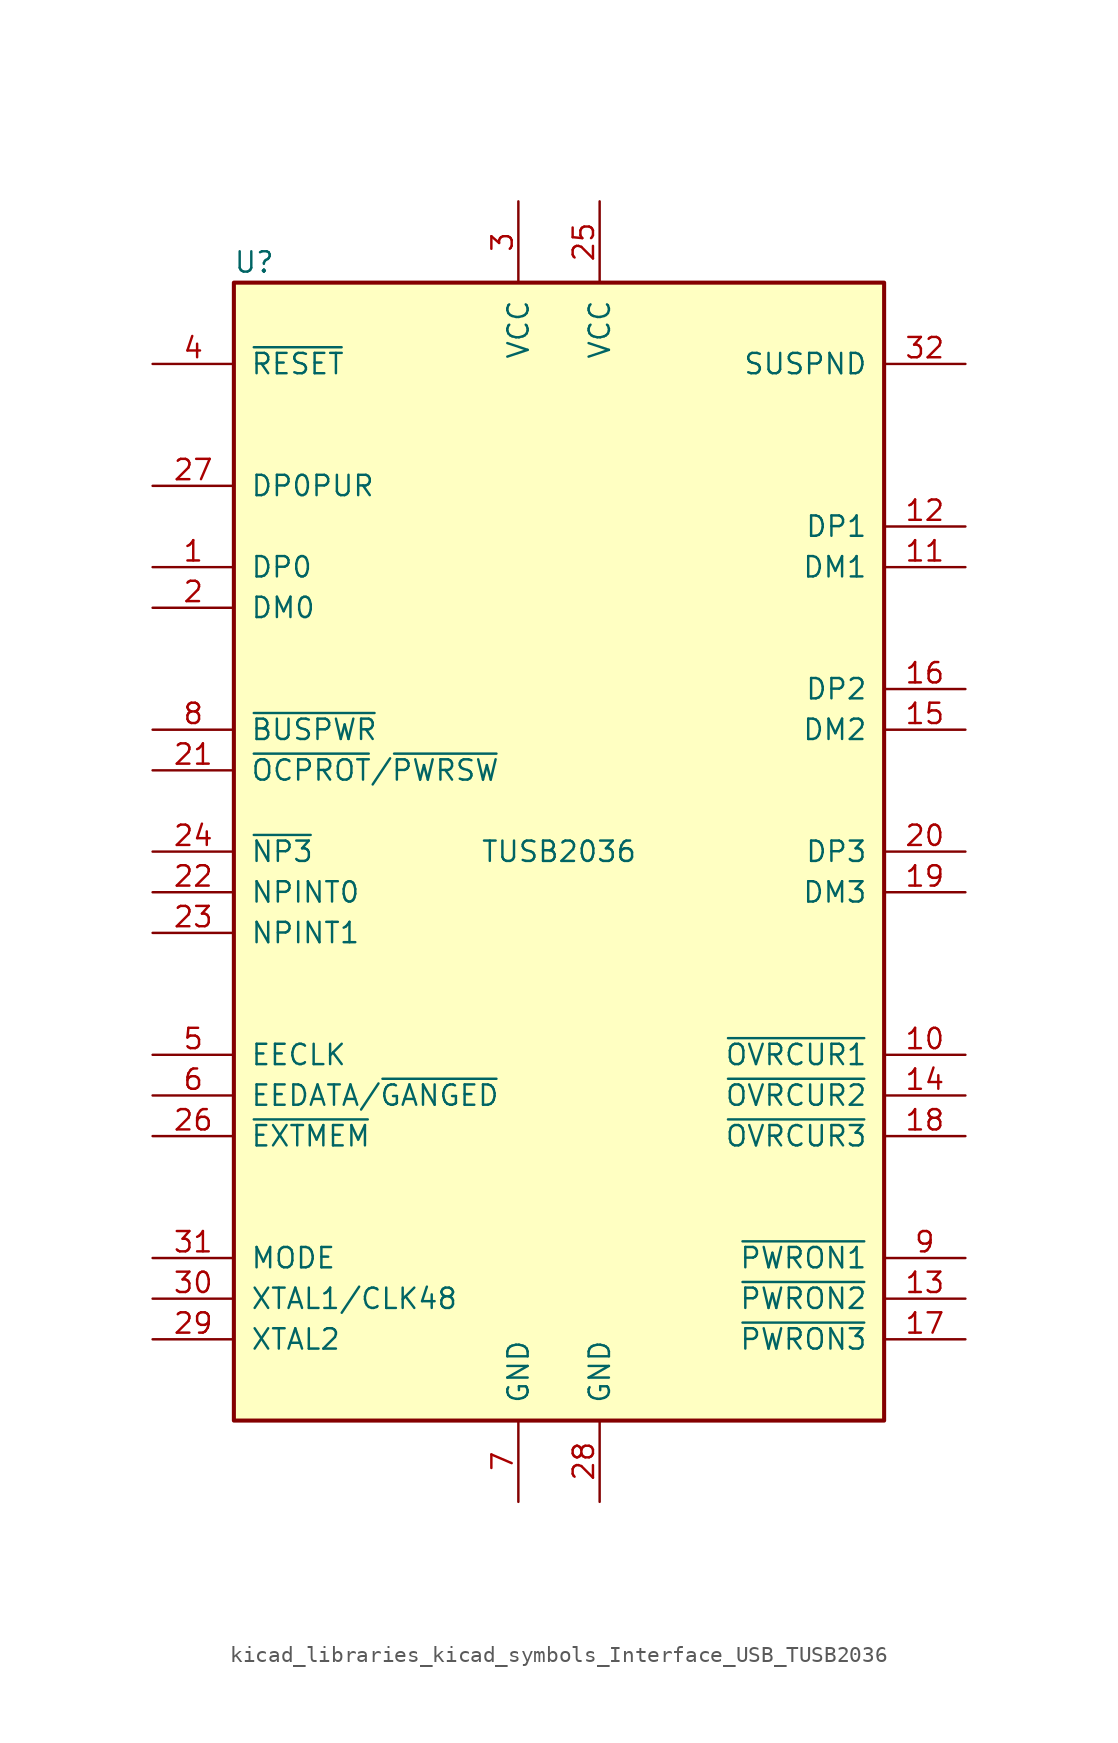
<source format=kicad_sym>
(kicad_symbol_lib
  (version 20220914)
  (generator kicad_symbol_editor)
  (symbol "kicad_libraries_kicad_symbols_Interface_USB_TUSB2036"
    (pin_names
      (offset 1.016))
    (property "Reference" "U"
      (at -19.05 36.83 0)
      (effects (font (size 1.27 1.27))))
    (property "Value" "TUSB2036"
      (at 0 0 0)
      (effects (font (size 1.27 1.27))))
    (symbol "kicad_libraries_kicad_symbols_Interface_USB_TUSB2036_0_1"
      (rectangle (start -20.32 35.56) (end 20.32 -35.56) (stroke (width 0.254) (type default)) (fill (type background))))
    (symbol "kicad_libraries_kicad_symbols_Interface_USB_TUSB2036_1_1"
      (pin bidirectional line (at -25.4 17.78 0) (length 5.08) (name "DP0" (effects (font (size 1.27 1.27)))) (number "1" (effects (font (size 1.27 1.27)))))
      (pin input line (at 25.4 -12.7 180) (length 5.08) (name "~{OVRCUR1}" (effects (font (size 1.27 1.27)))) (number "10" (effects (font (size 1.27 1.27)))))
      (pin bidirectional line (at 25.4 17.78 180) (length 5.08) (name "DM1" (effects (font (size 1.27 1.27)))) (number "11" (effects (font (size 1.27 1.27)))))
      (pin bidirectional line (at 25.4 20.32 180) (length 5.08) (name "DP1" (effects (font (size 1.27 1.27)))) (number "12" (effects (font (size 1.27 1.27)))))
      (pin output line (at 25.4 -27.94 180) (length 5.08) (name "~{PWRON2}" (effects (font (size 1.27 1.27)))) (number "13" (effects (font (size 1.27 1.27)))))
      (pin input line (at 25.4 -15.24 180) (length 5.08) (name "~{OVRCUR2}" (effects (font (size 1.27 1.27)))) (number "14" (effects (font (size 1.27 1.27)))))
      (pin bidirectional line (at 25.4 7.62 180) (length 5.08) (name "DM2" (effects (font (size 1.27 1.27)))) (number "15" (effects (font (size 1.27 1.27)))))
      (pin bidirectional line (at 25.4 10.16 180) (length 5.08) (name "DP2" (effects (font (size 1.27 1.27)))) (number "16" (effects (font (size 1.27 1.27)))))
      (pin output line (at 25.4 -30.48 180) (length 5.08) (name "~{PWRON3}" (effects (font (size 1.27 1.27)))) (number "17" (effects (font (size 1.27 1.27)))))
      (pin input line (at 25.4 -17.78 180) (length 5.08) (name "~{OVRCUR3}" (effects (font (size 1.27 1.27)))) (number "18" (effects (font (size 1.27 1.27)))))
      (pin bidirectional line (at 25.4 -2.54 180) (length 5.08) (name "DM3" (effects (font (size 1.27 1.27)))) (number "19" (effects (font (size 1.27 1.27)))))
      (pin bidirectional line (at -25.4 15.24 0) (length 5.08) (name "DM0" (effects (font (size 1.27 1.27)))) (number "2" (effects (font (size 1.27 1.27)))))
      (pin bidirectional line (at 25.4 0 180) (length 5.08) (name "DP3" (effects (font (size 1.27 1.27)))) (number "20" (effects (font (size 1.27 1.27)))))
      (pin input line (at -25.4 5.08 0) (length 5.08) (name "~{OCPROT}/~{PWRSW}" (effects (font (size 1.27 1.27)))) (number "21" (effects (font (size 1.27 1.27)))))
      (pin input line (at -25.4 -2.54 0) (length 5.08) (name "NPINT0" (effects (font (size 1.27 1.27)))) (number "22" (effects (font (size 1.27 1.27)))))
      (pin input line (at -25.4 -5.08 0) (length 5.08) (name "NPINT1" (effects (font (size 1.27 1.27)))) (number "23" (effects (font (size 1.27 1.27)))))
      (pin input line (at -25.4 0 0) (length 5.08) (name "~{NP3}" (effects (font (size 1.27 1.27)))) (number "24" (effects (font (size 1.27 1.27)))))
      (pin power_in line (at 2.54 40.64 270) (length 5.08) (name "VCC" (effects (font (size 1.27 1.27)))) (number "25" (effects (font (size 1.27 1.27)))))
      (pin input line (at -25.4 -17.78 0) (length 5.08) (name "~{EXTMEM}" (effects (font (size 1.27 1.27)))) (number "26" (effects (font (size 1.27 1.27)))))
      (pin output line (at -25.4 22.86 0) (length 5.08) (name "DP0PUR" (effects (font (size 1.27 1.27)))) (number "27" (effects (font (size 1.27 1.27)))))
      (pin power_in line (at 2.54 -40.64 90) (length 5.08) (name "GND" (effects (font (size 1.27 1.27)))) (number "28" (effects (font (size 1.27 1.27)))))
      (pin output line (at -25.4 -30.48 0) (length 5.08) (name "XTAL2" (effects (font (size 1.27 1.27)))) (number "29" (effects (font (size 1.27 1.27)))))
      (pin power_in line (at -2.54 40.64 270) (length 5.08) (name "VCC" (effects (font (size 1.27 1.27)))) (number "3" (effects (font (size 1.27 1.27)))))
      (pin input line (at -25.4 -27.94 0) (length 5.08) (name "XTAL1/CLK48" (effects (font (size 1.27 1.27)))) (number "30" (effects (font (size 1.27 1.27)))))
      (pin input line (at -25.4 -25.4 0) (length 5.08) (name "MODE" (effects (font (size 1.27 1.27)))) (number "31" (effects (font (size 1.27 1.27)))))
      (pin output line (at 25.4 30.48 180) (length 5.08) (name "SUSPND" (effects (font (size 1.27 1.27)))) (number "32" (effects (font (size 1.27 1.27)))))
      (pin input line (at -25.4 30.48 0) (length 5.08) (name "~{RESET}" (effects (font (size 1.27 1.27)))) (number "4" (effects (font (size 1.27 1.27)))))
      (pin tri_state line (at -25.4 -12.7 0) (length 5.08) (name "EECLK" (effects (font (size 1.27 1.27)))) (number "5" (effects (font (size 1.27 1.27)))))
      (pin bidirectional line (at -25.4 -15.24 0) (length 5.08) (name "EEDATA/~{GANGED}" (effects (font (size 1.27 1.27)))) (number "6" (effects (font (size 1.27 1.27)))))
      (pin power_in line (at -2.54 -40.64 90) (length 5.08) (name "GND" (effects (font (size 1.27 1.27)))) (number "7" (effects (font (size 1.27 1.27)))))
      (pin input line (at -25.4 7.62 0) (length 5.08) (name "~{BUSPWR}" (effects (font (size 1.27 1.27)))) (number "8" (effects (font (size 1.27 1.27)))))
      (pin output line (at 25.4 -25.4 180) (length 5.08) (name "~{PWRON1}" (effects (font (size 1.27 1.27)))) (number "9" (effects (font (size 1.27 1.27))))))))
</source>
